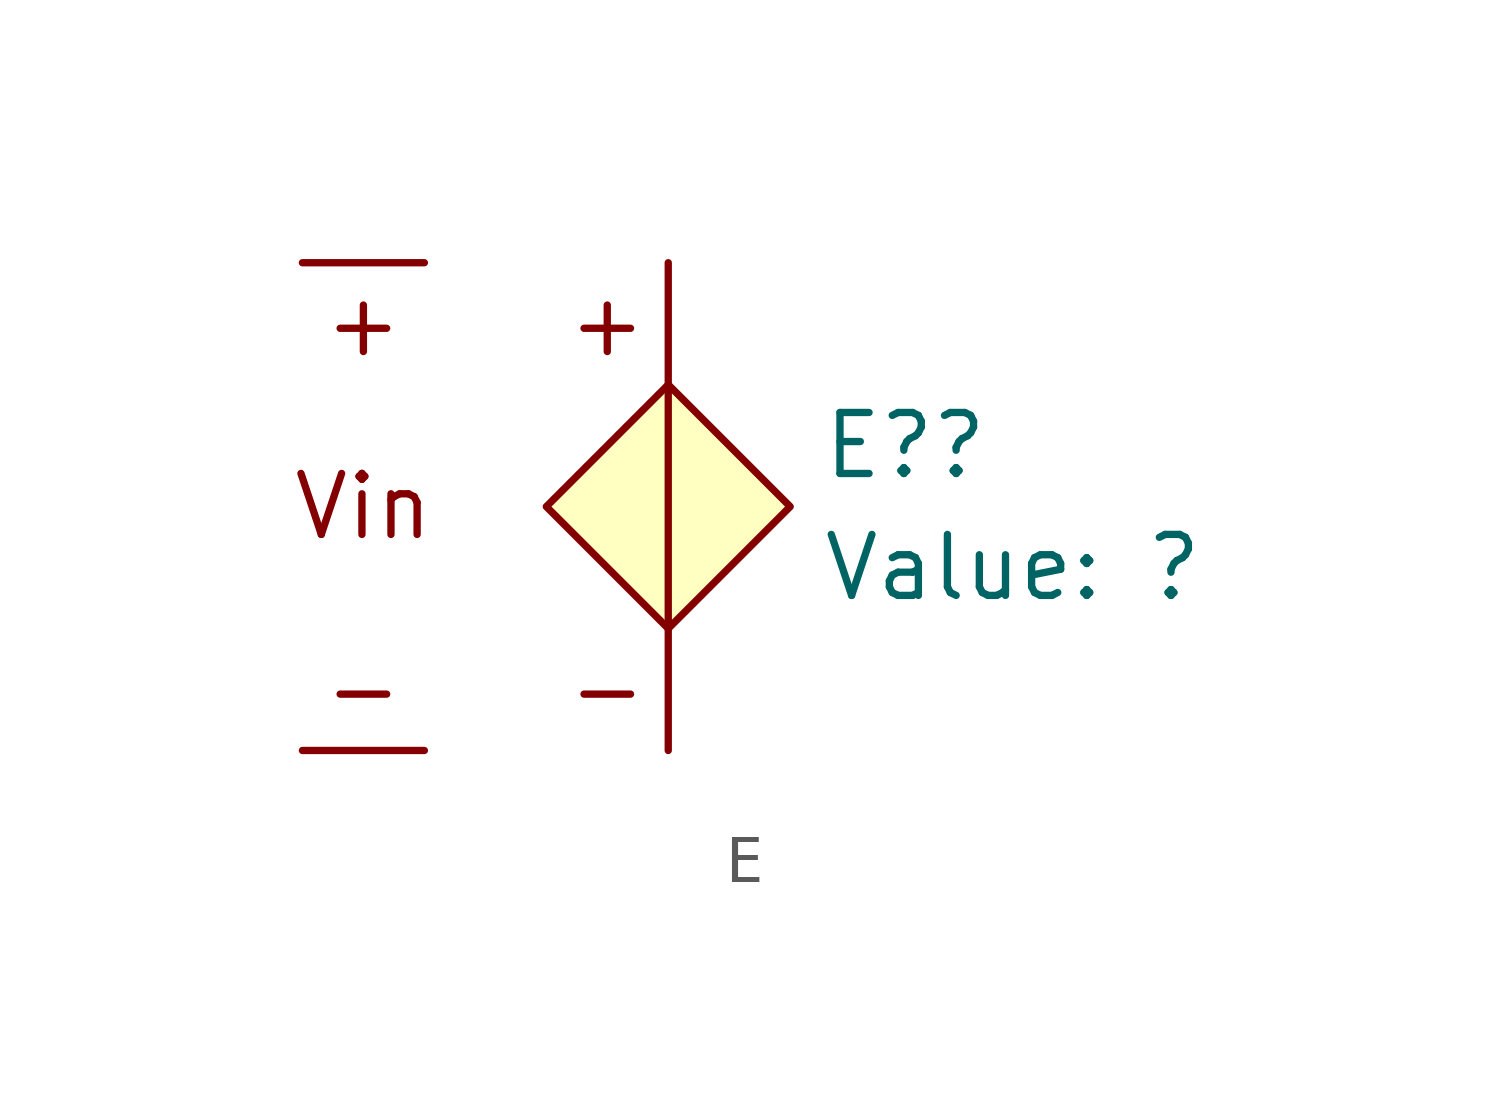
<source format=kicad_sym>
(kicad_symbol_lib
  (version 20231120)
  (generator "kicad_symbol_editor")
  (generator_version "8.0")
  (symbol "E"
    (pin_numbers hide)
    (pin_names
      (offset 0) hide)
    (property "Reference" "E?"
      (at 3.175 1.27 0)
      (effects (font (size 1.27 1.27)) (justify left)))
    (property "Value" "?"
      (at 3.175 -1.27 0)
      (show_name)
      (effects (font (size 1.27 1.27)) (justify left)))
    (symbol "E_0_0"
      (text "+" (at -6.35 3.81 0) (effects (font (size 1.27 1.27))))
      (text "+" (at -1.27 3.81 0) (effects (font (size 1.27 1.27))))
      (text "-" (at -6.35 -3.81 0) (effects (font (size 1.27 1.27))))
      (text "-" (at -1.27 -3.81 0) (effects (font (size 1.27 1.27)))))
    (symbol "E_0_1"
      (polyline (pts (xy 0 2.54) (xy 0 -2.54)) (stroke (width 0) (type solid)) (fill (type none))))
    (symbol "E_1_0"
      (pin power_out line (at 0 5.08 270) (length 2.54) (name "outP" (effects (font (size 1.27 1.27)))) (number "1" (effects (font (size 1.27 1.27)))))
      (pin power_out line (at 0 -5.08 90) (length 2.54) (name "outN" (effects (font (size 1.27 1.27)))) (number "2" (effects (font (size 1.27 1.27))))))
    (symbol "E_1_1"
      (polyline (pts (xy 0 2.54) (xy -2.54 0) (xy 0 -2.54) (xy 2.54 0) (xy 0 2.54)) (stroke (width 0) (type default)) (fill (type background)))
      (text "Vin" (at -6.35 0 0) (effects (font (size 1.27 1.27))))
      (pin input line (at -7.62 5.08 0) (length 2.54) (name "inp" (effects (font (size 1.27 1.27)))) (number "3" (effects (font (size 1.27 1.27)))))
      (pin input line (at -7.62 -5.08 0) (length 2.54) (name "inN" (effects (font (size 1.27 1.27)))) (number "4" (effects (font (size 1.27 1.27))))))))
</source>
